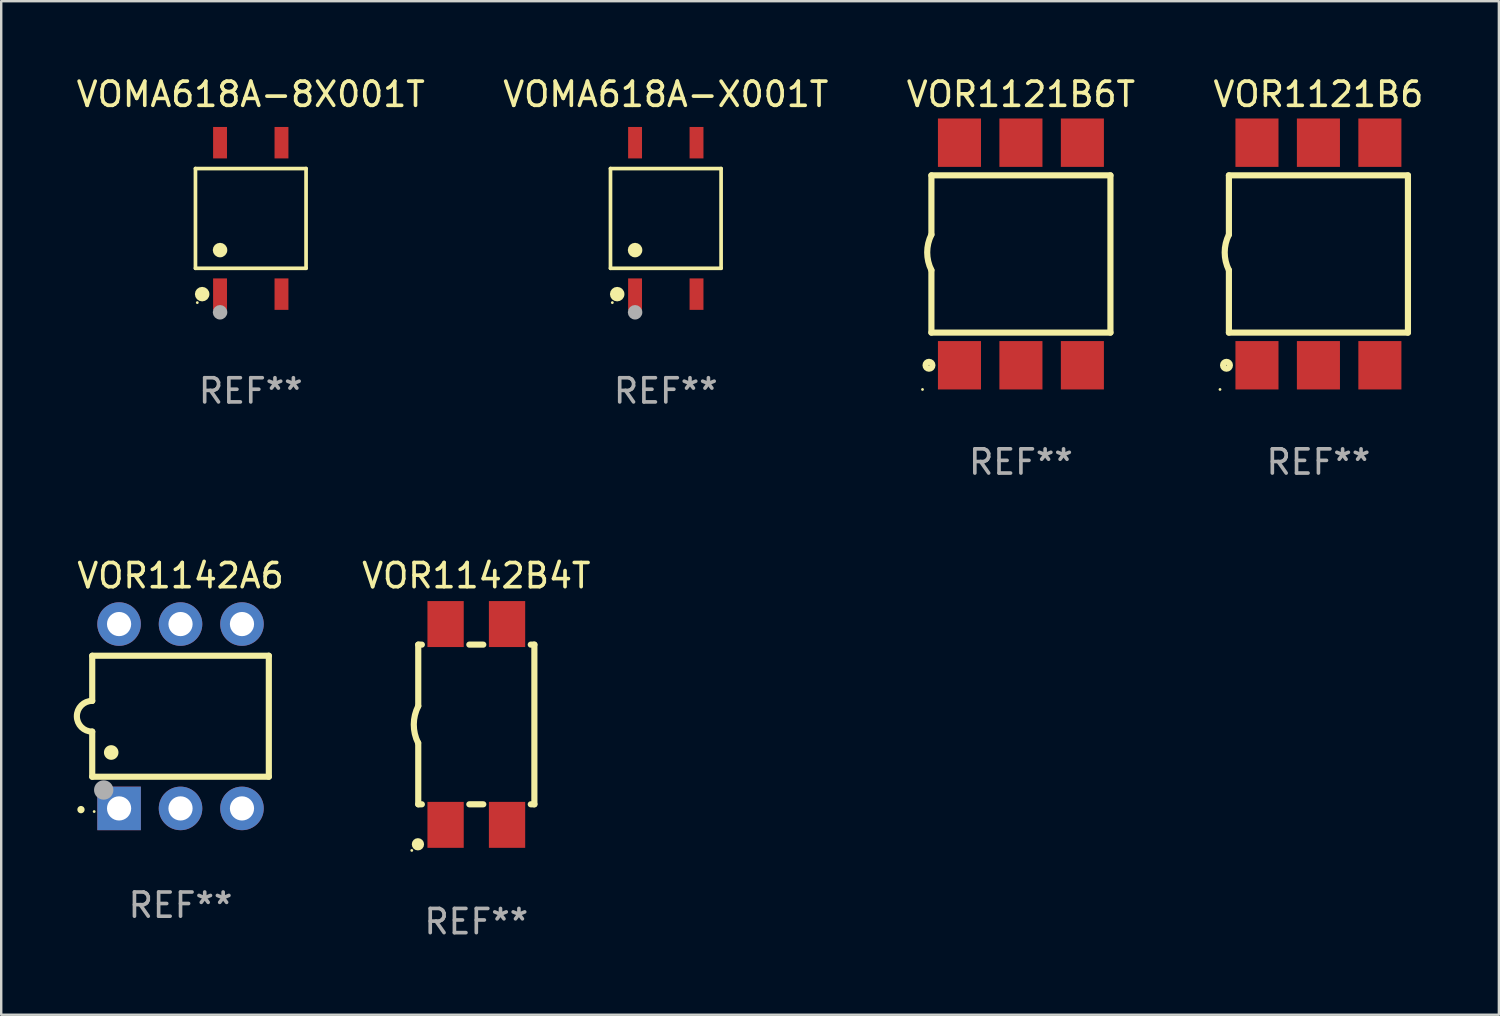
<source format=kicad_pcb>
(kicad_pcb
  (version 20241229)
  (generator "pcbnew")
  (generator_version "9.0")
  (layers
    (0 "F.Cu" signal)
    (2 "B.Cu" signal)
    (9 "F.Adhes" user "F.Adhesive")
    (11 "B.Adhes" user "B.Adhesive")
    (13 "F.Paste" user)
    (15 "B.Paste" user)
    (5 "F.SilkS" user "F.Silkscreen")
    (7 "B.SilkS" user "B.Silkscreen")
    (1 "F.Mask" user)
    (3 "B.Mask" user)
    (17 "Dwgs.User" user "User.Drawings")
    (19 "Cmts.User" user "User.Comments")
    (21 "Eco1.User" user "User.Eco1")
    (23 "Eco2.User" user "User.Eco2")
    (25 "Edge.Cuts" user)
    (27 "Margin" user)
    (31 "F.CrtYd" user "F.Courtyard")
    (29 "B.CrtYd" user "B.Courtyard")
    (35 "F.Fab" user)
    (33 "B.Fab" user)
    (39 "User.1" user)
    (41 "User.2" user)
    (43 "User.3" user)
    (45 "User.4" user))
  (footprint "VOMA618A-X001T"
    (layer "F.Cu")
    (at 24.47 5.978)
    (property "Reference" "VOMA618A-X001T" (at 0 -5.13 0) (layer "F.SilkS") (effects (font (size 1 1) (thickness 0.15))))
    (attr through_hole)
    (fp_line (start -2.286 -2.061) (end 2.286 -2.061) (stroke (width 0.152) (type solid)) (layer "F.SilkS"))
    (fp_line (start -2.286 2.061) (end -2.286 -2.061) (stroke (width 0.152) (type solid)) (layer "F.SilkS"))
    (fp_line (start 2.286 -2.061) (end 2.286 2.061) (stroke (width 0.152) (type solid)) (layer "F.SilkS"))
    (fp_line (start 2.286 2.061) (end -2.286 2.061) (stroke (width 0.152) (type solid)) (layer "F.SilkS"))
    (fp_circle (center -2.21 3.48) (end -2.18 3.48) (stroke (width 0.06) (type solid)) (fill no) (layer "F.SilkS"))
    (fp_circle (center -2.009 3.13) (end -1.859 3.13) (stroke (width 0.3) (type solid)) (fill no) (layer "F.SilkS"))
    (fp_circle (center -1.27 1.309) (end -1.12 1.309) (stroke (width 0.3) (type solid)) (fill no) (layer "F.SilkS"))
    (fp_circle (center -1.27 3.88) (end -1.12 3.88) (stroke (width 0.3) (type solid)) (fill no) (layer "F.Fab"))
    (fp_text user "REF**" (at 0 7.13 0) (layer "F.Fab") (effects (font (size 1 1) (thickness 0.15))))
    (pad "1" smd rect (at -1.27 3.13) (size 0.574 1.3) (layers "F.Cu" "F.Mask" "F.Paste"))
    (pad "2" smd rect (at 1.27 3.13) (size 0.574 1.3) (layers "F.Cu" "F.Mask" "F.Paste"))
    (pad "3" smd rect (at 1.27 -3.13) (size 0.574 1.3) (layers "F.Cu" "F.Mask" "F.Paste"))
    (pad "4" smd rect (at -1.27 -3.13) (size 0.574 1.3) (layers "F.Cu" "F.Mask" "F.Paste")))
  (footprint "VOMA618A-8X001T"
    (layer "F.Cu")
    (at 7.315 5.978)
    (property "Reference" "VOMA618A-8X001T" (at 0 -5.13 0) (layer "F.SilkS") (effects (font (size 1 1) (thickness 0.15))))
    (attr through_hole)
    (fp_line (start -2.286 -2.061) (end 2.286 -2.061) (stroke (width 0.152) (type solid)) (layer "F.SilkS"))
    (fp_line (start -2.286 2.061) (end -2.286 -2.061) (stroke (width 0.152) (type solid)) (layer "F.SilkS"))
    (fp_line (start 2.286 -2.061) (end 2.286 2.061) (stroke (width 0.152) (type solid)) (layer "F.SilkS"))
    (fp_line (start 2.286 2.061) (end -2.286 2.061) (stroke (width 0.152) (type solid)) (layer "F.SilkS"))
    (fp_circle (center -2.21 3.48) (end -2.18 3.48) (stroke (width 0.06) (type solid)) (fill no) (layer "F.SilkS"))
    (fp_circle (center -2.009 3.13) (end -1.859 3.13) (stroke (width 0.3) (type solid)) (fill no) (layer "F.SilkS"))
    (fp_circle (center -1.27 1.309) (end -1.12 1.309) (stroke (width 0.3) (type solid)) (fill no) (layer "F.SilkS"))
    (fp_circle (center -1.27 3.88) (end -1.12 3.88) (stroke (width 0.3) (type solid)) (fill no) (layer "F.Fab"))
    (fp_text user "REF**" (at 0 7.13 0) (layer "F.Fab") (effects (font (size 1 1) (thickness 0.15))))
    (pad "1" smd rect (at -1.27 3.13) (size 0.574 1.3) (layers "F.Cu" "F.Mask" "F.Paste"))
    (pad "2" smd rect (at 1.27 3.13) (size 0.574 1.3) (layers "F.Cu" "F.Mask" "F.Paste"))
    (pad "3" smd rect (at 1.27 -3.13) (size 0.574 1.3) (layers "F.Cu" "F.Mask" "F.Paste"))
    (pad "4" smd rect (at -1.27 -3.13) (size 0.574 1.3) (layers "F.Cu" "F.Mask" "F.Paste")))
  (footprint "VOR1142A6"
    (layer "F.Cu")
    (at 4.412 26.555)
    (property "Reference" "VOR1142A6" (at 0 -5.81 0) (layer "F.SilkS") (effects (font (size 1 1) (thickness 0.15))))
    (attr through_hole)
    (fp_line (start -3.65 -2.5) (end 3.65 -2.5) (stroke (width 0.254) (type solid)) (layer "F.SilkS"))
    (fp_line (start -3.65 -0.635) (end -3.65 -2.5) (stroke (width 0.254) (type solid)) (layer "F.SilkS"))
    (fp_line (start -3.65 0.635) (end -3.65 2.5) (stroke (width 0.254) (type solid)) (layer "F.SilkS"))
    (fp_line (start -3.65 2.5) (end 3.65 2.5) (stroke (width 0.254) (type solid)) (layer "F.SilkS"))
    (fp_line (start 3.65 -2.5) (end 3.65 2.5) (stroke (width 0.254) (type solid)) (layer "F.SilkS"))
    (fp_arc (start -4.114808 3.860808) (mid -4.114813 3.859538) (end -4.114808 3.858268) (stroke (width 0.3) (type solid)) (layer "F.SilkS"))
    (fp_arc (start -3.650013 0.635001) (mid -4.285014 0) (end -3.650013 -0.635001) (stroke (width 0.254001) (type solid)) (layer "F.SilkS"))
    (fp_arc (start -2.865405 1.501143) (mid -2.865416 1.498603) (end -2.865405 1.496063) (stroke (width 0.6) (type solid)) (layer "F.SilkS"))
    (fp_circle (center -3.57 3.94) (end -3.54 3.94) (stroke (width 0.06) (type solid)) (fill no) (layer "F.SilkS"))
    (fp_circle (center -3.175 3.048) (end -2.975 3.048) (stroke (width 0.4) (type solid)) (fill no) (layer "F.Fab"))
    (fp_text user "REF**" (at 0 7.81 0) (layer "F.Fab") (effects (font (size 1 1) (thickness 0.15))))
    (pad "1" thru_hole rect (at -2.54 3.81 90) (size 1.8 1.8) (drill 1) (layers "*.Cu" "*.Mask"))
    (pad "2" thru_hole circle (at 0 3.81) (size 1.8 1.8) (drill 1) (layers "*.Cu" "*.Mask"))
    (pad "3" thru_hole circle (at 2.54 3.81) (size 1.8 1.8) (drill 1) (layers "*.Cu" "*.Mask"))
    (pad "4" thru_hole circle (at 2.54 -3.81) (size 1.8 1.8) (drill 1) (layers "*.Cu" "*.Mask"))
    (pad "5" thru_hole circle (at 0 -3.81) (size 1.8 1.8) (drill 1) (layers "*.Cu" "*.Mask"))
    (pad "6" thru_hole circle (at -2.54 -3.81) (size 1.8 1.8) (drill 1) (layers "*.Cu" "*.Mask")))
  (footprint "VOR1121B6"
    (layer "F.Cu")
    (at 51.446 7.448)
    (property "Reference" "VOR1121B6" (at 0 -6.6 0) (layer "F.SilkS") (effects (font (size 1 1) (thickness 0.15))))
    (attr through_hole)
    (fp_line (start -3.7 -3.25) (end -3.7 -0.8) (stroke (width 0.254) (type solid)) (layer "F.SilkS"))
    (fp_line (start -3.7 -3.25) (end 3.7 -3.25) (stroke (width 0.254) (type solid)) (layer "F.SilkS"))
    (fp_line (start -3.7 3.25) (end -3.7 0.669) (stroke (width 0.254) (type solid)) (layer "F.SilkS"))
    (fp_line (start 3.7 -3.25) (end 3.7 3.25) (stroke (width 0.254) (type solid)) (layer "F.SilkS"))
    (fp_line (start 3.7 3.25) (end -3.7 3.25) (stroke (width 0.254) (type solid)) (layer "F.SilkS"))
    (fp_arc (start -3.700787 0.668021) (mid -3.873795 -0.066082) (end -3.7 -0.8) (stroke (width 0.254001) (type solid)) (layer "F.SilkS"))
    (fp_circle (center -4.068 5.6) (end -4.038 5.6) (stroke (width 0.06) (type solid)) (fill no) (layer "F.SilkS"))
    (fp_circle (center -3.8 4.6) (end -3.658 4.6) (stroke (width 0.254) (type solid)) (fill no) (layer "F.SilkS"))
    (fp_text user "REF**" (at 0 8.6 0) (layer "F.Fab") (effects (font (size 1 1) (thickness 0.15))))
    (pad "1" smd rect (at -2.54 4.6) (size 1.78 2) (layers "F.Cu" "F.Mask" "F.Paste"))
    (pad "2" smd rect (at 0 4.6) (size 1.78 2) (layers "F.Cu" "F.Mask" "F.Paste"))
    (pad "3" smd rect (at 2.54 4.6) (size 1.78 2) (layers "F.Cu" "F.Mask" "F.Paste"))
    (pad "4" smd rect (at 2.54 -4.6) (size 1.78 2) (layers "F.Cu" "F.Mask" "F.Paste"))
    (pad "5" smd rect (at 0 -4.6) (size 1.78 2) (layers "F.Cu" "F.Mask" "F.Paste"))
    (pad "6" smd rect (at -2.54 -4.6) (size 1.78 2) (layers "F.Cu" "F.Mask" "F.Paste")))
  (footprint "VOR1142B4T"
    (layer "F.Cu")
    (at 16.638 26.895)
    (property "Reference" "VOR1142B4T" (at 0 -6.15 0) (layer "F.SilkS") (effects (font (size 1 1) (thickness 0.15))))
    (attr through_hole)
    (fp_line (start -2.4 -3.3) (end -2.4 -0.762) (stroke (width 0.254) (type solid)) (layer "F.SilkS"))
    (fp_line (start -2.4 3.3) (end -2.4 0.762) (stroke (width 0.254) (type solid)) (layer "F.SilkS"))
    (fp_line (start -2.251 -3.3) (end -2.4 -3.3) (stroke (width 0.254) (type solid)) (layer "F.SilkS"))
    (fp_line (start -2.251 3.3) (end -2.4 3.3) (stroke (width 0.254) (type solid)) (layer "F.SilkS"))
    (fp_line (start 0.289 -3.3) (end -0.289 -3.3) (stroke (width 0.254) (type solid)) (layer "F.SilkS"))
    (fp_line (start 0.289 3.3) (end -0.289 3.3) (stroke (width 0.254) (type solid)) (layer "F.SilkS"))
    (fp_line (start 2.4 -3.3) (end 2.251 -3.3) (stroke (width 0.254) (type solid)) (layer "F.SilkS"))
    (fp_line (start 2.4 -3.3) (end 2.4 3.3) (stroke (width 0.254) (type solid)) (layer "F.SilkS"))
    (fp_line (start 2.4 3.3) (end 2.251 3.3) (stroke (width 0.254) (type solid)) (layer "F.SilkS"))
    (fp_arc (start -2.406731 0.762077) (mid -2.584104 -0.000784) (end -2.39939 -0.7619) (stroke (width 0.254001) (type solid)) (layer "F.SilkS"))
    (fp_circle (center -2.667 5.207) (end -2.637 5.207) (stroke (width 0.06) (type solid)) (fill no) (layer "F.SilkS"))
    (fp_circle (center -2.413 4.953) (end -2.286 4.953) (stroke (width 0.254) (type solid)) (fill no) (layer "F.SilkS"))
    (fp_text user "REF**" (at 0 8.15 0) (layer "F.Fab") (effects (font (size 1 1) (thickness 0.15))))
    (pad "1" smd rect (at -1.27 4.15 180) (size 1.5 1.9) (layers "F.Cu" "F.Mask" "F.Paste"))
    (pad "2" smd rect (at 1.27 4.15 180) (size 1.5 1.9) (layers "F.Cu" "F.Mask" "F.Paste"))
    (pad "3" smd rect (at 1.27 -4.15 180) (size 1.5 1.9) (layers "F.Cu" "F.Mask" "F.Paste"))
    (pad "4" smd rect (at -1.27 -4.15 180) (size 1.5 1.9) (layers "F.Cu" "F.Mask" "F.Paste")))
  (footprint "VOR1121B6T"
    (layer "F.Cu")
    (at 39.149 7.448)
    (property "Reference" "VOR1121B6T" (at 0 -6.6 0) (layer "F.SilkS") (effects (font (size 1 1) (thickness 0.15))))
    (attr through_hole)
    (fp_line (start -3.7 -3.25) (end -3.7 -0.8) (stroke (width 0.254) (type solid)) (layer "F.SilkS"))
    (fp_line (start -3.7 -3.25) (end 3.7 -3.25) (stroke (width 0.254) (type solid)) (layer "F.SilkS"))
    (fp_line (start -3.7 3.25) (end -3.7 0.669) (stroke (width 0.254) (type solid)) (layer "F.SilkS"))
    (fp_line (start 3.7 -3.25) (end 3.7 3.25) (stroke (width 0.254) (type solid)) (layer "F.SilkS"))
    (fp_line (start 3.7 3.25) (end -3.7 3.25) (stroke (width 0.254) (type solid)) (layer "F.SilkS"))
    (fp_arc (start -3.700787 0.668021) (mid -3.873795 -0.066082) (end -3.7 -0.8) (stroke (width 0.254001) (type solid)) (layer "F.SilkS"))
    (fp_circle (center -4.068 5.6) (end -4.038 5.6) (stroke (width 0.06) (type solid)) (fill no) (layer "F.SilkS"))
    (fp_circle (center -3.8 4.6) (end -3.658 4.6) (stroke (width 0.254) (type solid)) (fill no) (layer "F.SilkS"))
    (fp_text user "REF**" (at 0 8.6 0) (layer "F.Fab") (effects (font (size 1 1) (thickness 0.15))))
    (pad "1" smd rect (at -2.54 4.6) (size 1.78 2) (layers "F.Cu" "F.Mask" "F.Paste"))
    (pad "2" smd rect (at 0 4.6) (size 1.78 2) (layers "F.Cu" "F.Mask" "F.Paste"))
    (pad "3" smd rect (at 2.54 4.6) (size 1.78 2) (layers "F.Cu" "F.Mask" "F.Paste"))
    (pad "4" smd rect (at 2.54 -4.6) (size 1.78 2) (layers "F.Cu" "F.Mask" "F.Paste"))
    (pad "5" smd rect (at 0 -4.6) (size 1.78 2) (layers "F.Cu" "F.Mask" "F.Paste"))
    (pad "6" smd rect (at -2.54 -4.6) (size 1.78 2) (layers "F.Cu" "F.Mask" "F.Paste")))
  (gr_rect
    (start -3 -3)
    (end 58.905 38.893)
    (stroke (width 0.1) (type default))
    (fill no)
    (layer "Edge.Cuts")))
</source>
